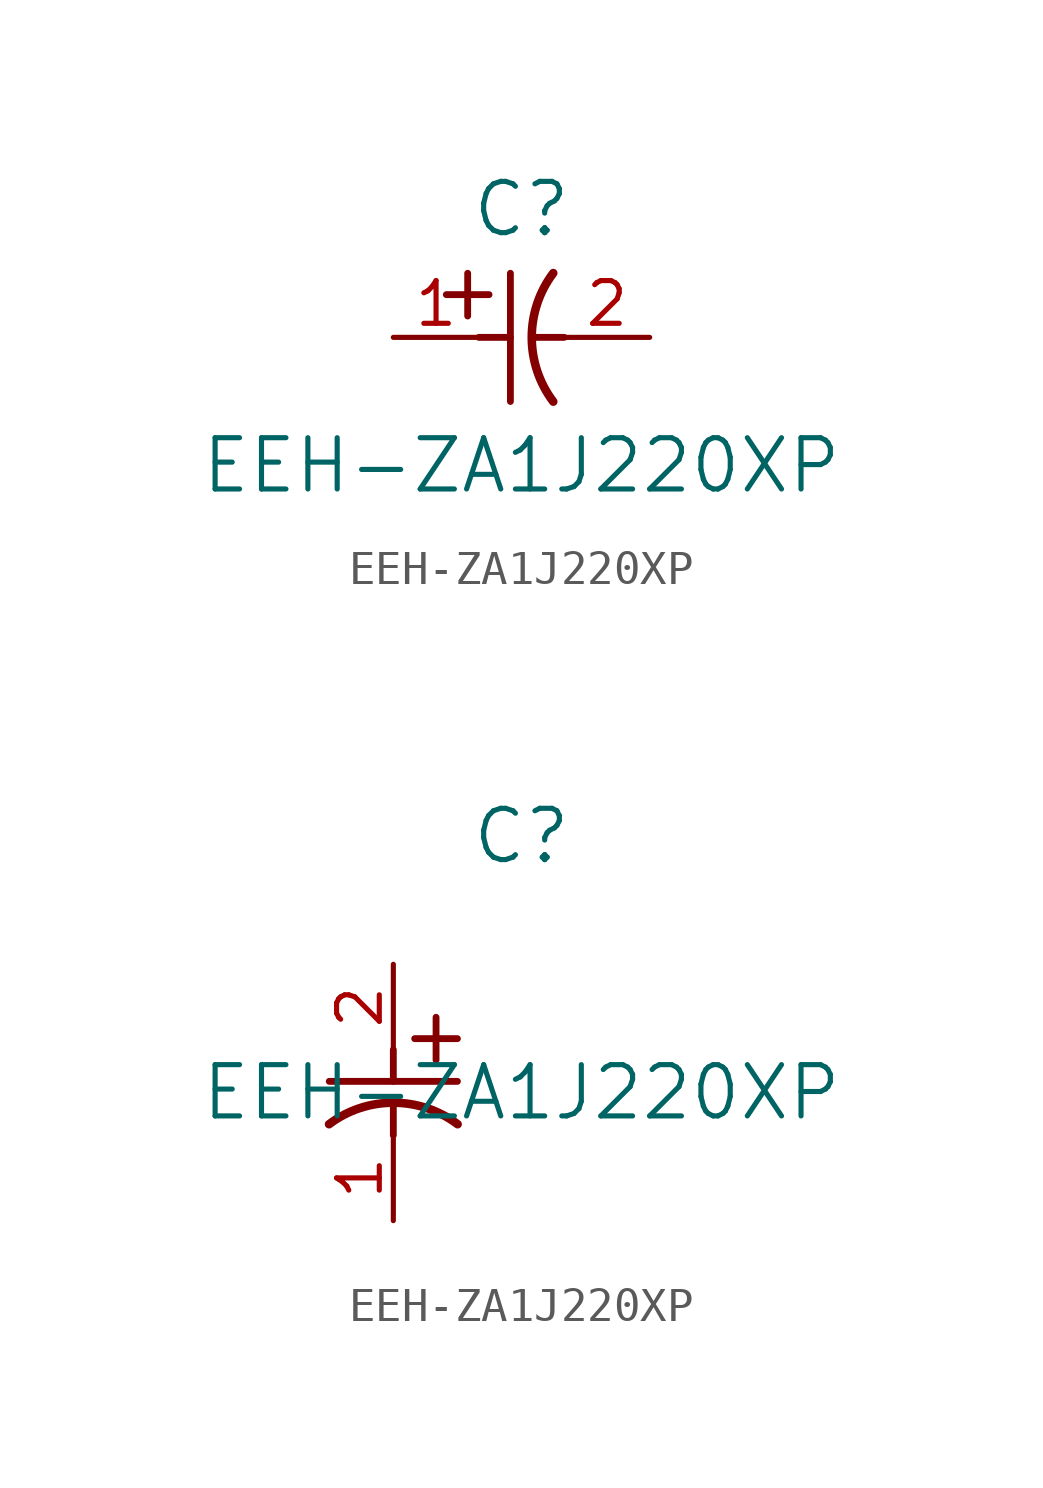
<source format=kicad_sym>
(kicad_symbol_lib
  (version 20211014)
  (generator kicad_symbol_editor)
  (symbol "EEH-ZA1J220XP"
    (pin_names
      (offset 0.254))
    (property "Reference" "C"
      (at 3.81 3.81 0)
      (effects (font (size 1.524 1.524))))
    (property "Value" "EEH-ZA1J220XP"
      (at 3.81 -3.81 0)
      (effects (font (size 1.524 1.524))))
    (symbol "EEH-ZA1J220XP_1_1"
      (polyline (pts (xy 2.21 0.635) (xy 2.21 1.905)) (stroke (width 0.203) (type default) (color 0 0 0 0)) (fill (type none)))
      (arc (start 4.754132 1.910763) (mid 4.1148 0) (end 4.754132 -1.910763) (stroke (width 0.254) (type default) (color 0 0 0 0)) (fill (type none)))
      (polyline (pts (xy 4.115 0) (xy 5.08 0)) (stroke (width 0.203) (type default) (color 0 0 0 0)) (fill (type none)))
      (polyline (pts (xy 3.48 -1.905) (xy 3.48 1.905)) (stroke (width 0.203) (type default) (color 0 0 0 0)) (fill (type none)))
      (polyline (pts (xy 1.575 1.27) (xy 2.845 1.27)) (stroke (width 0.203) (type default) (color 0 0 0 0)) (fill (type none)))
      (polyline (pts (xy 2.54 0) (xy 3.48 0)) (stroke (width 0.203) (type default) (color 0 0 0 0)) (fill (type none)))
      (pin unspecified line (at 0 0 0) (length 2.54) (name "" (effects (font (size 1.27 1.27)))) (number "1" (effects (font (size 1.27 1.27)))))
      (pin unspecified line (at 7.62 0 180) (length 2.54) (name "" (effects (font (size 1.27 1.27)))) (number "2" (effects (font (size 1.27 1.27))))))
    (symbol "EEH-ZA1J220XP_1_2"
      (polyline (pts (xy 0 -2.54) (xy 0 -3.48)) (stroke (width 0.203) (type default) (color 0 0 0 0)) (fill (type none)))
      (arc (start 1.910763 -4.754132) (mid 0 -4.1148) (end -1.910763 -4.754132) (stroke (width 0.254) (type default) (color 0 0 0 0)) (fill (type none)))
      (polyline (pts (xy -1.905 -3.48) (xy 1.905 -3.48)) (stroke (width 0.203) (type default) (color 0 0 0 0)) (fill (type none)))
      (polyline (pts (xy 0.635 -2.21) (xy 1.905 -2.21)) (stroke (width 0.203) (type default) (color 0 0 0 0)) (fill (type none)))
      (polyline (pts (xy 1.27 -1.575) (xy 1.27 -2.845)) (stroke (width 0.203) (type default) (color 0 0 0 0)) (fill (type none)))
      (polyline (pts (xy 0 -4.115) (xy 0 -5.08)) (stroke (width 0.203) (type default) (color 0 0 0 0)) (fill (type none)))
      (pin unspecified line (at 0 -7.62 90) (length 2.54) (name "" (effects (font (size 1.27 1.27)))) (number "1" (effects (font (size 1.27 1.27)))))
      (pin unspecified line (at 0 0 270) (length 2.54) (name "" (effects (font (size 1.27 1.27)))) (number "2" (effects (font (size 1.27 1.27))))))))
</source>
